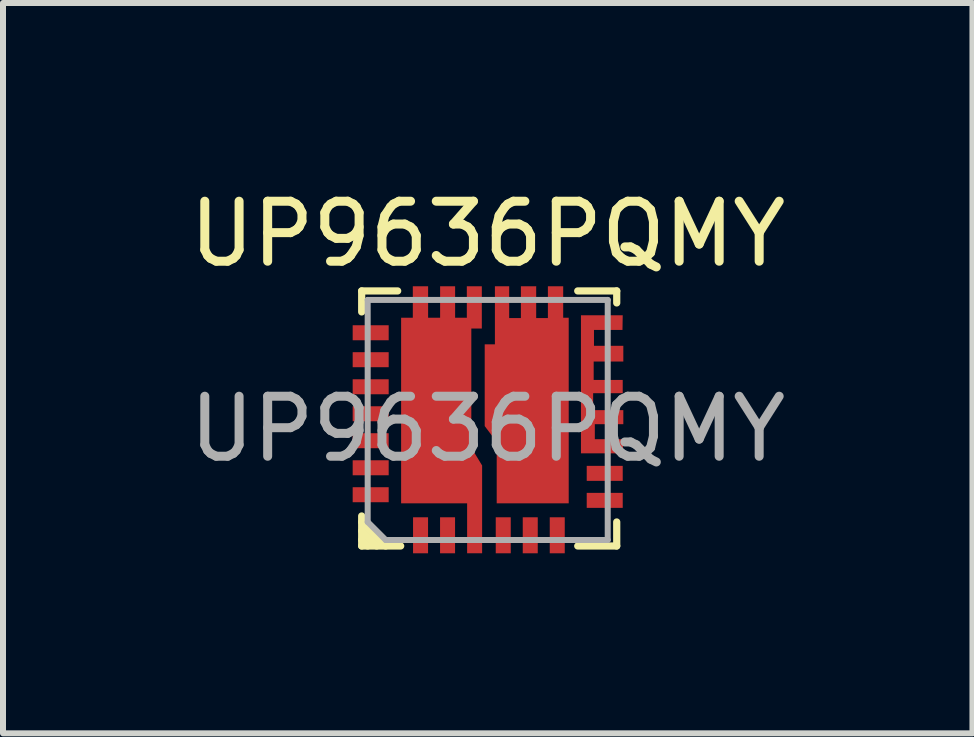
<source format=kicad_pcb>
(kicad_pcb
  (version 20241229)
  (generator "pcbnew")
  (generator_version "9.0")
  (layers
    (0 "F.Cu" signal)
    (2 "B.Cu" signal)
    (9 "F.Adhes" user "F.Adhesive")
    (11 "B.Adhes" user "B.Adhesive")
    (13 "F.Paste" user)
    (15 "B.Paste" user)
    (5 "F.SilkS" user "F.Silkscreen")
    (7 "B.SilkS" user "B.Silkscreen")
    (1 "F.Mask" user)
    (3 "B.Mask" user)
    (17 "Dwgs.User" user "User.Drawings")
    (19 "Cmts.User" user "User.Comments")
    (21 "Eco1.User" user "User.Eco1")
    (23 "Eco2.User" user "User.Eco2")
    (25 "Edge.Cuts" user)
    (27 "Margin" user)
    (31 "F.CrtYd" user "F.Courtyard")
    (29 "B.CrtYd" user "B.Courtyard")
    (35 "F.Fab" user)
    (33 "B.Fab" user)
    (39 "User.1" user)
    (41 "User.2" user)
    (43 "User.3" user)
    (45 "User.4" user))
  (footprint "UP9636PQMY"
    (layer "F.Cu")
    (at 5.077 4.098)
    (property "Reference" "UP9636PQMY" (at 0 -3.25 0) (layer "F.SilkS") (effects (font (size 1 1) (thickness 0.15))))
    (attr smd)
    (fp_line (start -2.1 -2.3) (end -2.1 -1.95) (stroke (width 0.12) (type solid)) (layer "F.SilkS"))
    (fp_line (start -2.1 -2.3) (end -1.5 -2.3) (stroke (width 0.12) (type solid)) (layer "F.SilkS"))
    (fp_line (start -2.1 1.45) (end -2.1 1.95) (stroke (width 0.12) (type solid)) (layer "F.SilkS"))
    (fp_line (start -2.1 1.55) (end -1.7 1.95) (stroke (width 0.12) (type solid)) (layer "F.SilkS"))
    (fp_line (start -2.1 1.7) (end -1.85 1.95) (stroke (width 0.12) (type solid)) (layer "F.SilkS"))
    (fp_line (start -2.1 1.85) (end -2 1.95) (stroke (width 0.12) (type solid)) (layer "F.SilkS"))
    (fp_line (start -1.45 1.95) (end -2.1 1.95) (stroke (width 0.12) (type solid)) (layer "F.SilkS"))
    (fp_line (start 1.5 -2.3) (end 2.15 -2.3) (stroke (width 0.12) (type solid)) (layer "F.SilkS"))
    (fp_line (start 1.5 1.95) (end 2.15 1.95) (stroke (width 0.12) (type solid)) (layer "F.SilkS"))
    (fp_line (start 2.15 -2.1) (end 2.15 -2.3) (stroke (width 0.12) (type solid)) (layer "F.SilkS"))
    (fp_line (start 2.15 1.55) (end 2.15 1.95) (stroke (width 0.12) (type solid)) (layer "F.SilkS"))
    (fp_line (start -2 -2.15) (end -2 1.55) (stroke (width 0.1) (type solid)) (layer "F.Fab"))
    (fp_line (start -2 -2.15) (end 2 -2.15) (stroke (width 0.1) (type solid)) (layer "F.Fab"))
    (fp_line (start -2 1.55) (end -1.7 1.85) (stroke (width 0.1) (type solid)) (layer "F.Fab"))
    (fp_line (start 2 -2.15) (end 2 1.85) (stroke (width 0.1) (type solid)) (layer "F.Fab"))
    (fp_line (start 2 1.85) (end -1.7 1.85) (stroke (width 0.1) (type solid)) (layer "F.Fab"))
    (fp_text user "${REFERENCE}" (at 0 0 180) (layer "F.Fab") (effects (font (size 1 1) (thickness 0.15))))
    (pad "1" smd rect (at -1.119 1.772) (size 0.25 0.6) (layers "F.Cu" "F.Mask" "F.Paste"))
    (pad "2" smd rect (at -0.669 1.772) (size 0.25 0.6) (layers "F.Cu" "F.Mask" "F.Paste"))
    (pad "4" smd rect (at 0.259 1.772) (size 0.25 0.6) (layers "F.Cu" "F.Mask" "F.Paste"))
    (pad "5" smd rect (at 0.709 1.772) (size 0.25 0.6) (layers "F.Cu" "F.Mask" "F.Paste"))
    (pad "6" smd rect (at 1.159 1.772) (size 0.25 0.6) (layers "F.Cu" "F.Mask" "F.Paste"))
    (pad "7" smd rect (at 1.95 1.19 270) (size 0.25 0.6) (layers "F.Cu" "F.Mask" "F.Paste"))
    (pad "8" smd rect (at 1.95 0.74 270) (size 0.25 0.6) (layers "F.Cu" "F.Mask" "F.Paste"))
    (pad "9" smd custom (at 1.907 -1.772) (size 0.1 0.1) (layers "F.Cu" "F.Mask" "F.Paste") (options (anchor rect)) (primitives (gr_poly (pts (xy 0.343 -0.122) (xy -0.353 -0.122) (xy -0.353 2.178) (xy 0.348 2.178) (xy 0.348 1.943) (xy -0.122 1.943) (xy -0.122 1.693) (xy 0.353 1.693) (xy 0.353 1.458) (xy -0.15 1.458) (xy -0.15 1.176) (xy 0.343 1.176) (xy 0.343 0.955) (xy -0.141 0.955) (xy -0.141 0.649) (xy 0.353 0.649) (xy 0.353 0.386) (xy -0.136 0.386) (xy -0.136 0.122) (xy 0.339 0.122) (xy 0.339 0.113)) (width 0) (fill yes))))
    (pad "20" smd rect (at -1.95 -1.603 270) (size 0.25 0.6) (layers "F.Cu" "F.Mask" "F.Paste"))
    (pad "21" smd rect (at -1.95 -1.154 270) (size 0.25 0.6) (layers "F.Cu" "F.Mask" "F.Paste"))
    (pad "22" smd rect (at -1.95 -0.703 270) (size 0.25 0.6) (layers "F.Cu" "F.Mask" "F.Paste"))
    (pad "23" smd rect (at -1.95 -0.253 270) (size 0.25 0.6) (layers "F.Cu" "F.Mask" "F.Paste"))
    (pad "24" smd rect (at -1.95 0.196 270) (size 0.25 0.6) (layers "F.Cu" "F.Mask" "F.Paste"))
    (pad "25" smd rect (at -1.95 0.647 270) (size 0.25 0.6) (layers "F.Cu" "F.Mask" "F.Paste"))
    (pad "26" smd rect (at -1.95 1.096 270) (size 0.25 0.6) (layers "F.Cu" "F.Mask" "F.Paste"))
    (pad "27" smd custom (at 0.65 -0.51) (size 0.1 0.1) (layers "F.Cu" "F.Mask" "F.Paste") (options (anchor rect)) (primitives (gr_poly (pts (xy 0.608 -1.868) (xy 0.608 -1.343) (xy 0.7 -1.343) (xy 0.7 1.75) (xy -0.5 1.75) (xy -0.5 0.727) (xy -0.7 0.462) (xy -0.7 -0.9) (xy -0.53 -0.9) (xy -0.53 -1.868) (xy -0.292 -1.868) (xy -0.292 -1.338) (xy -0.097 -1.338) (xy -0.097 -1.868) (xy 0.153 -1.868) (xy 0.158 -1.873) (xy 0.158 -1.338) (xy 0.353 -1.338) (xy 0.353 -1.868)) (width 0) (fill yes))))
    (pad "28" smd custom (at -0.768 -0.511) (size 0.1 0.1) (layers "F.Cu" "F.Mask" "F.Paste") (options (anchor rect)) (primitives (gr_poly (pts (xy 0.675 2.583) (xy 0.675 1.12) (xy 0.495 0.823) (xy 0.495 -1.162) (xy 0.67 -1.162) (xy 0.67 -1.867) (xy 0.42 -1.867) (xy 0.42 -1.347) (xy 0.425 -1.342) (xy 0.225 -1.342) (xy 0.225 -1.867) (xy -0.025 -1.867) (xy -0.025 -1.342) (xy -0.225 -1.342) (xy -0.225 -1.867) (xy -0.48 -1.867) (xy -0.48 -1.342) (xy -0.675 -1.342) (xy -0.675 1.75) (xy 0.425 1.75) (xy 0.425 2.583)) (width 0) (fill yes)))))
  (gr_rect
    (start -3 -3)
    (end 13.155 9.17)
    (stroke (width 0.1) (type default))
    (fill no)
    (layer "Edge.Cuts")))
</source>
